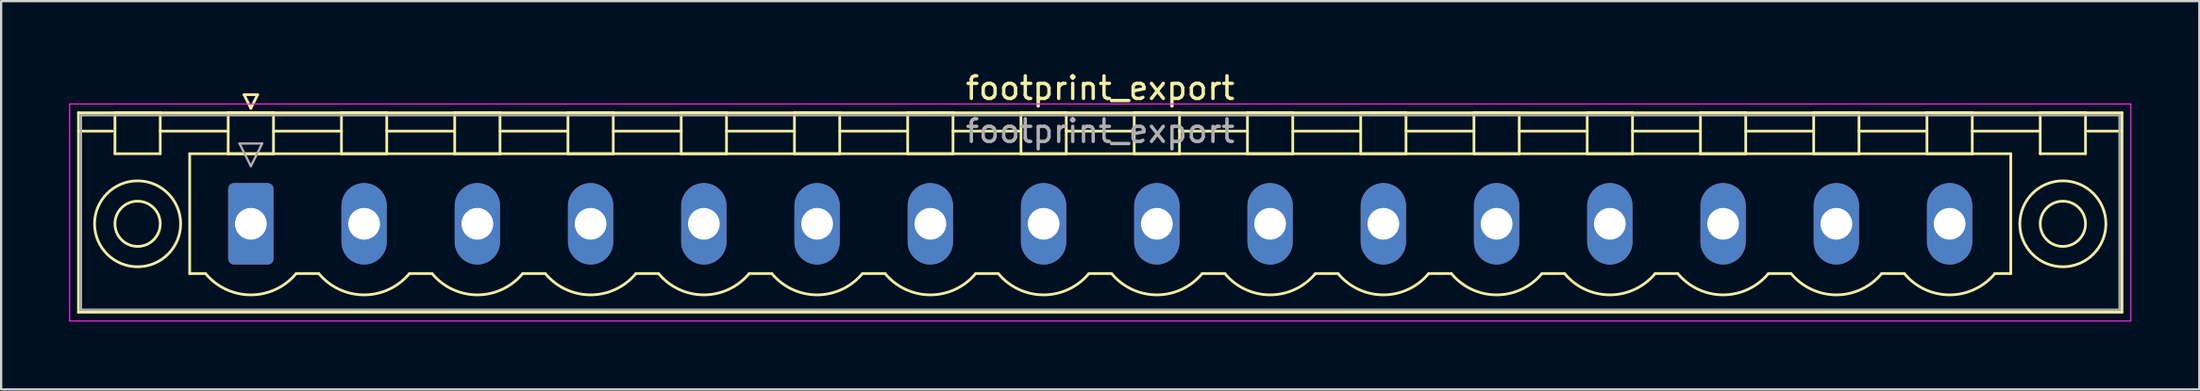
<source format=kicad_pcb>
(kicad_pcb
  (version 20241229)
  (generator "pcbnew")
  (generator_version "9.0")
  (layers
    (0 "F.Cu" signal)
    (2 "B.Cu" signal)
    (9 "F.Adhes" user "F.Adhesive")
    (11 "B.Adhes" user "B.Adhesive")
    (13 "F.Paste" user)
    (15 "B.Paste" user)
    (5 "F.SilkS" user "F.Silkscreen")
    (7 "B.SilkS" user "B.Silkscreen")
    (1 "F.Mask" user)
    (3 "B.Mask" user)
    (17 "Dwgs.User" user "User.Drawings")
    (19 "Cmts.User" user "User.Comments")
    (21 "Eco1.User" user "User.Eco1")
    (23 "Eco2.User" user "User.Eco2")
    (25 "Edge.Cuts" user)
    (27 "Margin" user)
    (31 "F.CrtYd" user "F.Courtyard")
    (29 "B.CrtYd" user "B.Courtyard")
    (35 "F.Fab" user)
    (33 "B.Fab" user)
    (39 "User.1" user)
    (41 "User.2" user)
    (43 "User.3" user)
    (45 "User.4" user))
  (footprint "footprint_export"
    (layer "F.Cu")
    (at 8.025 6.848)
    (property "Reference" "footprint_export" (at 37.5 -6 0) (layer "F.SilkS") (effects (font (size 1 1) (thickness 0.15))))
    (attr through_hole)
    (fp_line (start -7.61 -4.91) (end -7.61 3.91) (stroke (width 0.12) (type solid)) (layer "F.SilkS"))
    (fp_line (start -7.61 -4.1) (end -6.11 -4.1) (stroke (width 0.12) (type solid)) (layer "F.SilkS"))
    (fp_line (start -7.61 3.91) (end 82.61 3.91) (stroke (width 0.12) (type solid)) (layer "F.SilkS"))
    (fp_line (start -6 -4.91) (end -4 -4.91) (stroke (width 0.12) (type solid)) (layer "F.SilkS"))
    (fp_line (start -6 -3.1) (end -6 -4.91) (stroke (width 0.12) (type solid)) (layer "F.SilkS"))
    (fp_line (start -4 -4.91) (end -4 -3.1) (stroke (width 0.12) (type solid)) (layer "F.SilkS"))
    (fp_line (start -4 -4.1) (end -1 -4.1) (stroke (width 0.12) (type solid)) (layer "F.SilkS"))
    (fp_line (start -4 -3.1) (end -6 -3.1) (stroke (width 0.12) (type solid)) (layer "F.SilkS"))
    (fp_line (start -2.7 -3.1) (end 77.7 -3.1) (stroke (width 0.12) (type solid)) (layer "F.SilkS"))
    (fp_line (start -2.7 2.2) (end -2.7 -3.1) (stroke (width 0.12) (type solid)) (layer "F.SilkS"))
    (fp_line (start -2 2.2) (end -2.7 2.2) (stroke (width 0.12) (type solid)) (layer "F.SilkS"))
    (fp_line (start -1 -4.91) (end 1 -4.91) (stroke (width 0.12) (type solid)) (layer "F.SilkS"))
    (fp_line (start -1 -3.1) (end -1 -4.91) (stroke (width 0.12) (type solid)) (layer "F.SilkS"))
    (fp_line (start -0.3 -5.71) (end 0.3 -5.71) (stroke (width 0.12) (type solid)) (layer "F.SilkS"))
    (fp_line (start 0 -5.11) (end -0.3 -5.71) (stroke (width 0.12) (type solid)) (layer "F.SilkS"))
    (fp_line (start 0.3 -5.71) (end 0 -5.11) (stroke (width 0.12) (type solid)) (layer "F.SilkS"))
    (fp_line (start 1 -4.91) (end 1 -3.1) (stroke (width 0.12) (type solid)) (layer "F.SilkS"))
    (fp_line (start 1 -4.1) (end 4 -4.1) (stroke (width 0.12) (type solid)) (layer "F.SilkS"))
    (fp_line (start 1 -3.1) (end -1 -3.1) (stroke (width 0.12) (type solid)) (layer "F.SilkS"))
    (fp_line (start 2 2.2) (end 3 2.2) (stroke (width 0.12) (type solid)) (layer "F.SilkS"))
    (fp_line (start 4 -4.91) (end 6 -4.91) (stroke (width 0.12) (type solid)) (layer "F.SilkS"))
    (fp_line (start 4 -3.1) (end 4 -4.91) (stroke (width 0.12) (type solid)) (layer "F.SilkS"))
    (fp_line (start 6 -4.91) (end 6 -3.1) (stroke (width 0.12) (type solid)) (layer "F.SilkS"))
    (fp_line (start 6 -4.1) (end 9 -4.1) (stroke (width 0.12) (type solid)) (layer "F.SilkS"))
    (fp_line (start 6 -3.1) (end 4 -3.1) (stroke (width 0.12) (type solid)) (layer "F.SilkS"))
    (fp_line (start 7 2.2) (end 8 2.2) (stroke (width 0.12) (type solid)) (layer "F.SilkS"))
    (fp_line (start 9 -4.91) (end 11 -4.91) (stroke (width 0.12) (type solid)) (layer "F.SilkS"))
    (fp_line (start 9 -3.1) (end 9 -4.91) (stroke (width 0.12) (type solid)) (layer "F.SilkS"))
    (fp_line (start 11 -4.91) (end 11 -3.1) (stroke (width 0.12) (type solid)) (layer "F.SilkS"))
    (fp_line (start 11 -4.1) (end 14 -4.1) (stroke (width 0.12) (type solid)) (layer "F.SilkS"))
    (fp_line (start 11 -3.1) (end 9 -3.1) (stroke (width 0.12) (type solid)) (layer "F.SilkS"))
    (fp_line (start 12 2.2) (end 13 2.2) (stroke (width 0.12) (type solid)) (layer "F.SilkS"))
    (fp_line (start 14 -4.91) (end 16 -4.91) (stroke (width 0.12) (type solid)) (layer "F.SilkS"))
    (fp_line (start 14 -3.1) (end 14 -4.91) (stroke (width 0.12) (type solid)) (layer "F.SilkS"))
    (fp_line (start 16 -4.91) (end 16 -3.1) (stroke (width 0.12) (type solid)) (layer "F.SilkS"))
    (fp_line (start 16 -4.1) (end 19 -4.1) (stroke (width 0.12) (type solid)) (layer "F.SilkS"))
    (fp_line (start 16 -3.1) (end 14 -3.1) (stroke (width 0.12) (type solid)) (layer "F.SilkS"))
    (fp_line (start 17 2.2) (end 18 2.2) (stroke (width 0.12) (type solid)) (layer "F.SilkS"))
    (fp_line (start 19 -4.91) (end 21 -4.91) (stroke (width 0.12) (type solid)) (layer "F.SilkS"))
    (fp_line (start 19 -3.1) (end 19 -4.91) (stroke (width 0.12) (type solid)) (layer "F.SilkS"))
    (fp_line (start 21 -4.91) (end 21 -3.1) (stroke (width 0.12) (type solid)) (layer "F.SilkS"))
    (fp_line (start 21 -4.1) (end 24 -4.1) (stroke (width 0.12) (type solid)) (layer "F.SilkS"))
    (fp_line (start 21 -3.1) (end 19 -3.1) (stroke (width 0.12) (type solid)) (layer "F.SilkS"))
    (fp_line (start 22 2.2) (end 23 2.2) (stroke (width 0.12) (type solid)) (layer "F.SilkS"))
    (fp_line (start 24 -4.91) (end 26 -4.91) (stroke (width 0.12) (type solid)) (layer "F.SilkS"))
    (fp_line (start 24 -3.1) (end 24 -4.91) (stroke (width 0.12) (type solid)) (layer "F.SilkS"))
    (fp_line (start 26 -4.91) (end 26 -3.1) (stroke (width 0.12) (type solid)) (layer "F.SilkS"))
    (fp_line (start 26 -4.1) (end 29 -4.1) (stroke (width 0.12) (type solid)) (layer "F.SilkS"))
    (fp_line (start 26 -3.1) (end 24 -3.1) (stroke (width 0.12) (type solid)) (layer "F.SilkS"))
    (fp_line (start 27 2.2) (end 28 2.2) (stroke (width 0.12) (type solid)) (layer "F.SilkS"))
    (fp_line (start 29 -4.91) (end 31 -4.91) (stroke (width 0.12) (type solid)) (layer "F.SilkS"))
    (fp_line (start 29 -3.1) (end 29 -4.91) (stroke (width 0.12) (type solid)) (layer "F.SilkS"))
    (fp_line (start 31 -4.91) (end 31 -3.1) (stroke (width 0.12) (type solid)) (layer "F.SilkS"))
    (fp_line (start 31 -4.1) (end 34 -4.1) (stroke (width 0.12) (type solid)) (layer "F.SilkS"))
    (fp_line (start 31 -3.1) (end 29 -3.1) (stroke (width 0.12) (type solid)) (layer "F.SilkS"))
    (fp_line (start 32 2.2) (end 33 2.2) (stroke (width 0.12) (type solid)) (layer "F.SilkS"))
    (fp_line (start 34 -4.91) (end 36 -4.91) (stroke (width 0.12) (type solid)) (layer "F.SilkS"))
    (fp_line (start 34 -3.1) (end 34 -4.91) (stroke (width 0.12) (type solid)) (layer "F.SilkS"))
    (fp_line (start 36 -4.91) (end 36 -3.1) (stroke (width 0.12) (type solid)) (layer "F.SilkS"))
    (fp_line (start 36 -4.1) (end 39 -4.1) (stroke (width 0.12) (type solid)) (layer "F.SilkS"))
    (fp_line (start 36 -3.1) (end 34 -3.1) (stroke (width 0.12) (type solid)) (layer "F.SilkS"))
    (fp_line (start 37 2.2) (end 38 2.2) (stroke (width 0.12) (type solid)) (layer "F.SilkS"))
    (fp_line (start 39 -4.91) (end 41 -4.91) (stroke (width 0.12) (type solid)) (layer "F.SilkS"))
    (fp_line (start 39 -3.1) (end 39 -4.91) (stroke (width 0.12) (type solid)) (layer "F.SilkS"))
    (fp_line (start 41 -4.91) (end 41 -3.1) (stroke (width 0.12) (type solid)) (layer "F.SilkS"))
    (fp_line (start 41 -4.1) (end 44 -4.1) (stroke (width 0.12) (type solid)) (layer "F.SilkS"))
    (fp_line (start 41 -3.1) (end 39 -3.1) (stroke (width 0.12) (type solid)) (layer "F.SilkS"))
    (fp_line (start 42 2.2) (end 43 2.2) (stroke (width 0.12) (type solid)) (layer "F.SilkS"))
    (fp_line (start 44 -4.91) (end 46 -4.91) (stroke (width 0.12) (type solid)) (layer "F.SilkS"))
    (fp_line (start 44 -3.1) (end 44 -4.91) (stroke (width 0.12) (type solid)) (layer "F.SilkS"))
    (fp_line (start 46 -4.91) (end 46 -3.1) (stroke (width 0.12) (type solid)) (layer "F.SilkS"))
    (fp_line (start 46 -4.1) (end 49 -4.1) (stroke (width 0.12) (type solid)) (layer "F.SilkS"))
    (fp_line (start 46 -3.1) (end 44 -3.1) (stroke (width 0.12) (type solid)) (layer "F.SilkS"))
    (fp_line (start 47 2.2) (end 48 2.2) (stroke (width 0.12) (type solid)) (layer "F.SilkS"))
    (fp_line (start 49 -4.91) (end 51 -4.91) (stroke (width 0.12) (type solid)) (layer "F.SilkS"))
    (fp_line (start 49 -3.1) (end 49 -4.91) (stroke (width 0.12) (type solid)) (layer "F.SilkS"))
    (fp_line (start 51 -4.91) (end 51 -3.1) (stroke (width 0.12) (type solid)) (layer "F.SilkS"))
    (fp_line (start 51 -4.1) (end 54 -4.1) (stroke (width 0.12) (type solid)) (layer "F.SilkS"))
    (fp_line (start 51 -3.1) (end 49 -3.1) (stroke (width 0.12) (type solid)) (layer "F.SilkS"))
    (fp_line (start 52 2.2) (end 53 2.2) (stroke (width 0.12) (type solid)) (layer "F.SilkS"))
    (fp_line (start 54 -4.91) (end 56 -4.91) (stroke (width 0.12) (type solid)) (layer "F.SilkS"))
    (fp_line (start 54 -3.1) (end 54 -4.91) (stroke (width 0.12) (type solid)) (layer "F.SilkS"))
    (fp_line (start 56 -4.91) (end 56 -3.1) (stroke (width 0.12) (type solid)) (layer "F.SilkS"))
    (fp_line (start 56 -4.1) (end 59 -4.1) (stroke (width 0.12) (type solid)) (layer "F.SilkS"))
    (fp_line (start 56 -3.1) (end 54 -3.1) (stroke (width 0.12) (type solid)) (layer "F.SilkS"))
    (fp_line (start 57 2.2) (end 58 2.2) (stroke (width 0.12) (type solid)) (layer "F.SilkS"))
    (fp_line (start 59 -4.91) (end 61 -4.91) (stroke (width 0.12) (type solid)) (layer "F.SilkS"))
    (fp_line (start 59 -3.1) (end 59 -4.91) (stroke (width 0.12) (type solid)) (layer "F.SilkS"))
    (fp_line (start 61 -4.91) (end 61 -3.1) (stroke (width 0.12) (type solid)) (layer "F.SilkS"))
    (fp_line (start 61 -4.1) (end 64 -4.1) (stroke (width 0.12) (type solid)) (layer "F.SilkS"))
    (fp_line (start 61 -3.1) (end 59 -3.1) (stroke (width 0.12) (type solid)) (layer "F.SilkS"))
    (fp_line (start 62 2.2) (end 63 2.2) (stroke (width 0.12) (type solid)) (layer "F.SilkS"))
    (fp_line (start 64 -4.91) (end 66 -4.91) (stroke (width 0.12) (type solid)) (layer "F.SilkS"))
    (fp_line (start 64 -3.1) (end 64 -4.91) (stroke (width 0.12) (type solid)) (layer "F.SilkS"))
    (fp_line (start 66 -4.91) (end 66 -3.1) (stroke (width 0.12) (type solid)) (layer "F.SilkS"))
    (fp_line (start 66 -4.1) (end 69 -4.1) (stroke (width 0.12) (type solid)) (layer "F.SilkS"))
    (fp_line (start 66 -3.1) (end 64 -3.1) (stroke (width 0.12) (type solid)) (layer "F.SilkS"))
    (fp_line (start 67 2.2) (end 68 2.2) (stroke (width 0.12) (type solid)) (layer "F.SilkS"))
    (fp_line (start 69 -4.91) (end 71 -4.91) (stroke (width 0.12) (type solid)) (layer "F.SilkS"))
    (fp_line (start 69 -3.1) (end 69 -4.91) (stroke (width 0.12) (type solid)) (layer "F.SilkS"))
    (fp_line (start 71 -4.91) (end 71 -3.1) (stroke (width 0.12) (type solid)) (layer "F.SilkS"))
    (fp_line (start 71 -4.1) (end 74 -4.1) (stroke (width 0.12) (type solid)) (layer "F.SilkS"))
    (fp_line (start 71 -3.1) (end 69 -3.1) (stroke (width 0.12) (type solid)) (layer "F.SilkS"))
    (fp_line (start 72 2.2) (end 73 2.2) (stroke (width 0.12) (type solid)) (layer "F.SilkS"))
    (fp_line (start 74 -4.91) (end 76 -4.91) (stroke (width 0.12) (type solid)) (layer "F.SilkS"))
    (fp_line (start 74 -3.1) (end 74 -4.91) (stroke (width 0.12) (type solid)) (layer "F.SilkS"))
    (fp_line (start 76 -4.91) (end 76 -3.1) (stroke (width 0.12) (type solid)) (layer "F.SilkS"))
    (fp_line (start 76 -4.1) (end 79 -4.1) (stroke (width 0.12) (type solid)) (layer "F.SilkS"))
    (fp_line (start 76 -3.1) (end 74 -3.1) (stroke (width 0.12) (type solid)) (layer "F.SilkS"))
    (fp_line (start 77.7 -3.1) (end 77.7 2.2) (stroke (width 0.12) (type solid)) (layer "F.SilkS"))
    (fp_line (start 77.7 2.2) (end 77 2.2) (stroke (width 0.12) (type solid)) (layer "F.SilkS"))
    (fp_line (start 79 -4.91) (end 81 -4.91) (stroke (width 0.12) (type solid)) (layer "F.SilkS"))
    (fp_line (start 79 -3.1) (end 79 -4.91) (stroke (width 0.12) (type solid)) (layer "F.SilkS"))
    (fp_line (start 81 -4.91) (end 81 -3.1) (stroke (width 0.12) (type solid)) (layer "F.SilkS"))
    (fp_line (start 81 -3.1) (end 79 -3.1) (stroke (width 0.12) (type solid)) (layer "F.SilkS"))
    (fp_line (start 82.61 -4.91) (end -7.61 -4.91) (stroke (width 0.12) (type solid)) (layer "F.SilkS"))
    (fp_line (start 82.61 -4.1) (end 81.11 -4.1) (stroke (width 0.12) (type solid)) (layer "F.SilkS"))
    (fp_line (start 82.61 3.91) (end 82.61 -4.91) (stroke (width 0.12) (type solid)) (layer "F.SilkS"))
    (fp_arc (start 1.986842 2.215821) (mid -0.010289 3.142758) (end -2 2.2) (stroke (width 0.12) (type solid)) (layer "F.SilkS"))
    (fp_arc (start 6.986842 2.215821) (mid 4.989711 3.142758) (end 3 2.2) (stroke (width 0.12) (type solid)) (layer "F.SilkS"))
    (fp_arc (start 11.986842 2.215821) (mid 9.989711 3.142758) (end 8 2.2) (stroke (width 0.12) (type solid)) (layer "F.SilkS"))
    (fp_arc (start 16.986842 2.215821) (mid 14.989711 3.142758) (end 13 2.2) (stroke (width 0.12) (type solid)) (layer "F.SilkS"))
    (fp_arc (start 21.986842 2.215821) (mid 19.989711 3.142758) (end 18 2.2) (stroke (width 0.12) (type solid)) (layer "F.SilkS"))
    (fp_arc (start 26.986842 2.215821) (mid 24.989711 3.142758) (end 23 2.2) (stroke (width 0.12) (type solid)) (layer "F.SilkS"))
    (fp_arc (start 31.986842 2.215821) (mid 29.989711 3.142758) (end 28 2.2) (stroke (width 0.12) (type solid)) (layer "F.SilkS"))
    (fp_arc (start 36.986842 2.215821) (mid 34.989711 3.142758) (end 33 2.2) (stroke (width 0.12) (type solid)) (layer "F.SilkS"))
    (fp_arc (start 41.986842 2.215821) (mid 39.989711 3.142758) (end 38 2.2) (stroke (width 0.12) (type solid)) (layer "F.SilkS"))
    (fp_arc (start 46.986842 2.215821) (mid 44.989711 3.142758) (end 43 2.2) (stroke (width 0.12) (type solid)) (layer "F.SilkS"))
    (fp_arc (start 51.986842 2.215821) (mid 49.989711 3.142758) (end 48 2.2) (stroke (width 0.12) (type solid)) (layer "F.SilkS"))
    (fp_arc (start 56.986842 2.215821) (mid 54.989711 3.142758) (end 53 2.2) (stroke (width 0.12) (type solid)) (layer "F.SilkS"))
    (fp_arc (start 61.986842 2.215821) (mid 59.989711 3.142758) (end 58 2.2) (stroke (width 0.12) (type solid)) (layer "F.SilkS"))
    (fp_arc (start 66.986842 2.215821) (mid 64.989711 3.142758) (end 63 2.2) (stroke (width 0.12) (type solid)) (layer "F.SilkS"))
    (fp_arc (start 71.986842 2.215821) (mid 69.989711 3.142758) (end 68 2.2) (stroke (width 0.12) (type solid)) (layer "F.SilkS"))
    (fp_arc (start 76.986842 2.215821) (mid 74.989711 3.142758) (end 73 2.2) (stroke (width 0.12) (type solid)) (layer "F.SilkS"))
    (fp_circle (center -5 0) (end -4 0) (stroke (width 0.12) (type solid)) (fill no) (layer "F.SilkS"))
    (fp_circle (center -5 0) (end -3.1 0) (stroke (width 0.12) (type solid)) (fill no) (layer "F.SilkS"))
    (fp_circle (center 80 0) (end 81 0) (stroke (width 0.12) (type solid)) (fill no) (layer "F.SilkS"))
    (fp_circle (center 80 0) (end 81.9 0) (stroke (width 0.12) (type solid)) (fill no) (layer "F.SilkS"))
    (fp_line (start -8 -5.3) (end -8 4.3) (stroke (width 0.05) (type solid)) (layer "F.CrtYd"))
    (fp_line (start -8 4.3) (end 83 4.3) (stroke (width 0.05) (type solid)) (layer "F.CrtYd"))
    (fp_line (start 83 -5.3) (end -8 -5.3) (stroke (width 0.05) (type solid)) (layer "F.CrtYd"))
    (fp_line (start 83 4.3) (end 83 -5.3) (stroke (width 0.05) (type solid)) (layer "F.CrtYd"))
    (fp_line (start -7.5 -4.8) (end -7.5 3.8) (stroke (width 0.1) (type solid)) (layer "F.Fab"))
    (fp_line (start -7.5 3.8) (end 82.5 3.8) (stroke (width 0.1) (type solid)) (layer "F.Fab"))
    (fp_line (start -0.5 -3.55) (end 0.5 -3.55) (stroke (width 0.1) (type solid)) (layer "F.Fab"))
    (fp_line (start 0 -2.55) (end -0.5 -3.55) (stroke (width 0.1) (type solid)) (layer "F.Fab"))
    (fp_line (start 0.5 -3.55) (end 0 -2.55) (stroke (width 0.1) (type solid)) (layer "F.Fab"))
    (fp_line (start 82.5 -4.8) (end -7.5 -4.8) (stroke (width 0.1) (type solid)) (layer "F.Fab"))
    (fp_line (start 82.5 3.8) (end 82.5 -4.8) (stroke (width 0.1) (type solid)) (layer "F.Fab"))
    (fp_text user "${REFERENCE}" (at 37.5 -4.1 0) (layer "F.Fab") (effects (font (size 1 1) (thickness 0.15))))
    (pad "1" thru_hole roundrect (at 0 0) (size 2 3.6) (drill 1.4) (layers "*.Cu" "*.Mask") (roundrect_rratio 0.125))
    (pad "2" thru_hole oval (at 5 0) (size 2 3.6) (drill 1.4) (layers "*.Cu" "*.Mask"))
    (pad "3" thru_hole oval (at 10 0) (size 2 3.6) (drill 1.4) (layers "*.Cu" "*.Mask"))
    (pad "4" thru_hole oval (at 15 0) (size 2 3.6) (drill 1.4) (layers "*.Cu" "*.Mask"))
    (pad "5" thru_hole oval (at 20 0) (size 2 3.6) (drill 1.4) (layers "*.Cu" "*.Mask"))
    (pad "6" thru_hole oval (at 25 0) (size 2 3.6) (drill 1.4) (layers "*.Cu" "*.Mask"))
    (pad "7" thru_hole oval (at 30 0) (size 2 3.6) (drill 1.4) (layers "*.Cu" "*.Mask"))
    (pad "8" thru_hole oval (at 35 0) (size 2 3.6) (drill 1.4) (layers "*.Cu" "*.Mask"))
    (pad "9" thru_hole oval (at 40 0) (size 2 3.6) (drill 1.4) (layers "*.Cu" "*.Mask"))
    (pad "10" thru_hole oval (at 45 0) (size 2 3.6) (drill 1.4) (layers "*.Cu" "*.Mask"))
    (pad "11" thru_hole oval (at 50 0) (size 2 3.6) (drill 1.4) (layers "*.Cu" "*.Mask"))
    (pad "12" thru_hole oval (at 55 0) (size 2 3.6) (drill 1.4) (layers "*.Cu" "*.Mask"))
    (pad "13" thru_hole oval (at 60 0) (size 2 3.6) (drill 1.4) (layers "*.Cu" "*.Mask"))
    (pad "14" thru_hole oval (at 65 0) (size 2 3.6) (drill 1.4) (layers "*.Cu" "*.Mask"))
    (pad "15" thru_hole oval (at 70 0) (size 2 3.6) (drill 1.4) (layers "*.Cu" "*.Mask"))
    (pad "16" thru_hole oval (at 75 0) (size 2 3.6) (drill 1.4) (layers "*.Cu" "*.Mask")))
  (gr_rect
    (start -3 -3)
    (end 94.05 14.173)
    (stroke (width 0.1) (type default))
    (fill no)
    (layer "Edge.Cuts")))
</source>
